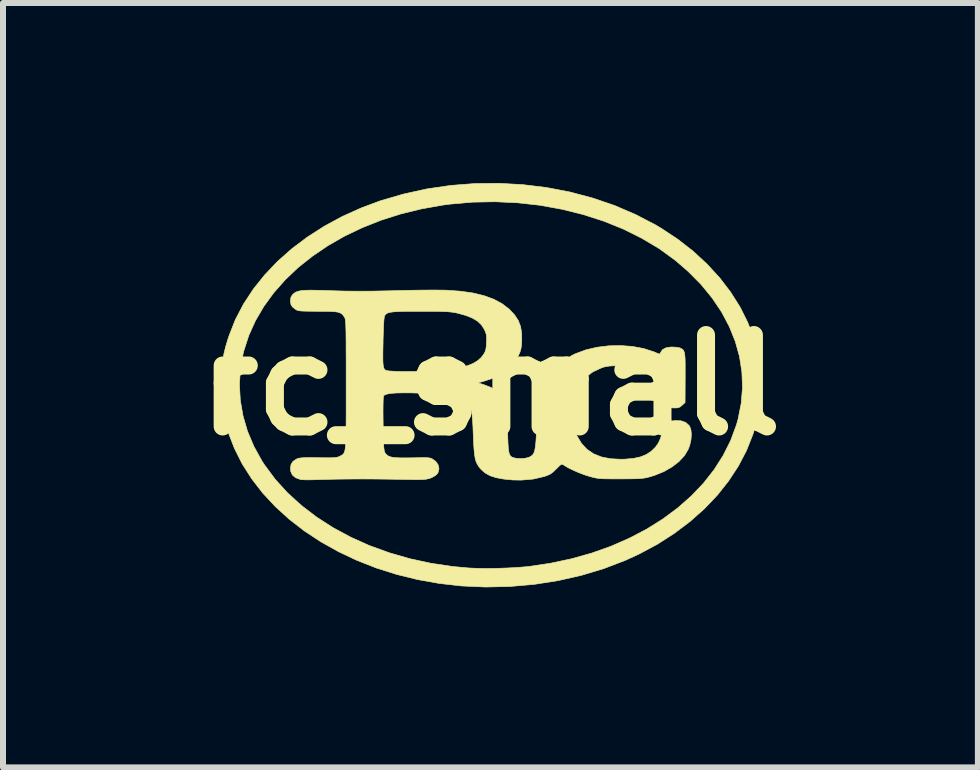
<source format=kicad_pcb>
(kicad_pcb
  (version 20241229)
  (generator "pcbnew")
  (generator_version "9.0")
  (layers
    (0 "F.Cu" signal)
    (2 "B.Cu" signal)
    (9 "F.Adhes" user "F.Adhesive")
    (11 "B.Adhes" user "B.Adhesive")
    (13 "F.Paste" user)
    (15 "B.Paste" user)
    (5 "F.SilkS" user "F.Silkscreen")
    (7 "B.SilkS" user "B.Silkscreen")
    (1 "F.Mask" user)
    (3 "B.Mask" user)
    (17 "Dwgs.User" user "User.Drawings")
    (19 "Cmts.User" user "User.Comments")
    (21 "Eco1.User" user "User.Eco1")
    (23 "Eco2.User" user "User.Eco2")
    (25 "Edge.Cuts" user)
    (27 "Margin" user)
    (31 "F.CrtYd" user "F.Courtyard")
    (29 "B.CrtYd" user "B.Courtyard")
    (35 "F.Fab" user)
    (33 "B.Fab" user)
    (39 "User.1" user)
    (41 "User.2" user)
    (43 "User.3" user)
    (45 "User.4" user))
  (footprint "rc_small"
    (layer "F.Cu")
    (at 5.124 3.368)
    (property "Reference" "rc_small" (at 0 0 0) (layer "F.SilkS") (effects (font (size 1.524 1.524) (thickness 0.3))))
    (attr through_hole)
    (fp_poly (pts (xy 0.538 -3.341) (xy 0.933 -3.293) (xy 1.321 -3.219) (xy 1.699 -3.119) (xy 2.066 -2.994) (xy 2.418 -2.843) (xy 2.754 -2.668) (xy 2.848 -2.612) (xy 3.123 -2.43) (xy 3.378 -2.231) (xy 3.61 -2.016) (xy 3.819 -1.789) (xy 4.002 -1.55) (xy 4.159 -1.302) (xy 4.287 -1.046) (xy 4.372 -0.826) (xy 4.415 -0.69) (xy 4.447 -0.57) (xy 4.471 -0.458) (xy 4.486 -0.344) (xy 4.495 -0.22) (xy 4.498 -0.077) (xy 4.499 0) (xy 4.497 0.156) (xy 4.49 0.29) (xy 4.478 0.409) (xy 4.458 0.522) (xy 4.429 0.638) (xy 4.391 0.766) (xy 4.372 0.825) (xy 4.267 1.09) (xy 4.132 1.348) (xy 3.969 1.597) (xy 3.78 1.835) (xy 3.565 2.061) (xy 3.326 2.273) (xy 3.065 2.47) (xy 2.783 2.651) (xy 2.481 2.813) (xy 2.246 2.921) (xy 1.888 3.058) (xy 1.513 3.171) (xy 1.124 3.259) (xy 0.726 3.321) (xy 0.322 3.356) (xy -0.083 3.365) (xy -0.484 3.347) (xy -0.854 3.305) (xy -1.214 3.241) (xy -1.564 3.155) (xy -1.902 3.048) (xy -2.226 2.921) (xy -2.534 2.775) (xy -2.826 2.612) (xy -3.099 2.432) (xy -3.353 2.236) (xy -3.585 2.025) (xy -3.794 1.801) (xy -3.978 1.563) (xy -4.137 1.314) (xy -4.267 1.055) (xy -4.356 0.825) (xy -4.399 0.689) (xy -4.431 0.57) (xy -4.455 0.457) (xy -4.47 0.342) (xy -4.479 0.217) (xy -4.483 0.073) (xy -4.483 0) (xy -4.483 -0.01) (xy -4.184 -0.01) (xy -4.169 0.253) (xy -4.124 0.513) (xy -4.049 0.77) (xy -3.943 1.021) (xy -3.808 1.265) (xy -3.767 1.328) (xy -3.589 1.568) (xy -3.384 1.794) (xy -3.153 2.004) (xy -2.9 2.198) (xy -2.625 2.375) (xy -2.33 2.534) (xy -2.018 2.674) (xy -1.69 2.793) (xy -1.348 2.892) (xy -0.994 2.969) (xy -0.63 3.023) (xy -0.357 3.048) (xy -0.222 3.054) (xy -0.066 3.056) (xy 0.103 3.054) (xy 0.274 3.048) (xy 0.437 3.04) (xy 0.583 3.028) (xy 0.635 3.023) (xy 1 2.969) (xy 1.351 2.894) (xy 1.689 2.799) (xy 2.012 2.684) (xy 2.317 2.55) (xy 2.605 2.399) (xy 2.873 2.231) (xy 3.121 2.047) (xy 3.347 1.848) (xy 3.549 1.636) (xy 3.727 1.41) (xy 3.878 1.172) (xy 4.003 0.923) (xy 4.099 0.664) (xy 4.127 0.564) (xy 4.179 0.302) (xy 4.2 0.041) (xy 4.19 -0.219) (xy 4.15 -0.476) (xy 4.08 -0.728) (xy 3.98 -0.976) (xy 3.852 -1.218) (xy 3.694 -1.452) (xy 3.509 -1.678) (xy 3.296 -1.893) (xy 3.08 -2.08) (xy 2.813 -2.274) (xy 2.523 -2.447) (xy 2.214 -2.601) (xy 1.886 -2.733) (xy 1.544 -2.843) (xy 1.19 -2.931) (xy 0.826 -2.997) (xy 0.455 -3.038) (xy 0.079 -3.056) (xy -0.299 -3.049) (xy -0.676 -3.016) (xy -0.802 -2.999) (xy -1.155 -2.936) (xy -1.497 -2.852) (xy -1.824 -2.748) (xy -2.136 -2.624) (xy -2.432 -2.483) (xy -2.709 -2.324) (xy -2.967 -2.149) (xy -3.205 -1.96) (xy -3.42 -1.756) (xy -3.611 -1.54) (xy -3.777 -1.312) (xy -3.917 -1.073) (xy -4.029 -0.824) (xy -4.112 -0.567) (xy -4.12 -0.535) (xy -4.167 -0.273) (xy -4.184 -0.01) (xy -4.483 -0.01) (xy -4.481 -0.156) (xy -4.475 -0.288) (xy -4.462 -0.406) (xy -4.443 -0.519) (xy -4.415 -0.635) (xy -4.377 -0.762) (xy -4.356 -0.825) (xy -4.251 -1.092) (xy -4.116 -1.35) (xy -3.953 -1.599) (xy -3.763 -1.836) (xy -3.548 -2.062) (xy -3.31 -2.273) (xy -3.049 -2.469) (xy -2.768 -2.649) (xy -2.467 -2.812) (xy -2.148 -2.955) (xy -1.834 -3.072) (xy -1.45 -3.184) (xy -1.059 -3.27) (xy -0.662 -3.328) (xy -0.261 -3.359) (xy 0.14 -3.363) (xy 0.538 -3.341)) (stroke (width 0.01) (type solid)) (fill yes) (layer "F.SilkS"))
    (fp_poly (pts (xy -0.8 -1.583) (xy -0.738 -1.582) (xy -0.501 -1.565) (xy -0.29 -1.535) (xy -0.106 -1.49) (xy 0.055 -1.431) (xy 0.193 -1.357) (xy 0.309 -1.268) (xy 0.399 -1.174) (xy 0.462 -1.079) (xy 0.502 -0.976) (xy 0.52 -0.859) (xy 0.521 -0.738) (xy 0.516 -0.661) (xy 0.507 -0.602) (xy 0.492 -0.551) (xy 0.467 -0.495) (xy 0.464 -0.488) (xy 0.389 -0.371) (xy 0.287 -0.267) (xy 0.162 -0.178) (xy 0.017 -0.107) (xy -0.1 -0.068) (xy -0.208 -0.038) (xy -0.116 -0.009) (xy 0.008 0.039) (xy 0.105 0.1) (xy 0.18 0.175) (xy 0.237 0.27) (xy 0.241 0.278) (xy 0.252 0.305) (xy 0.261 0.333) (xy 0.268 0.367) (xy 0.273 0.411) (xy 0.277 0.469) (xy 0.28 0.546) (xy 0.283 0.648) (xy 0.285 0.738) (xy 0.288 0.868) (xy 0.292 0.97) (xy 0.297 1.048) (xy 0.304 1.105) (xy 0.314 1.146) (xy 0.327 1.173) (xy 0.344 1.191) (xy 0.366 1.204) (xy 0.378 1.209) (xy 0.436 1.221) (xy 0.507 1.225) (xy 0.579 1.219) (xy 0.637 1.205) (xy 0.648 1.2) (xy 0.676 1.185) (xy 0.698 1.168) (xy 0.716 1.145) (xy 0.73 1.115) (xy 0.741 1.072) (xy 0.75 1.014) (xy 0.758 0.938) (xy 0.764 0.839) (xy 0.771 0.715) (xy 0.778 0.579) (xy 0.784 0.459) (xy 0.792 0.351) (xy 0.802 0.26) (xy 0.811 0.193) (xy 0.817 0.167) (xy 0.876 0.002) (xy 0.963 -0.149) (xy 1.075 -0.285) (xy 1.21 -0.402) (xy 1.366 -0.499) (xy 1.418 -0.524) (xy 1.589 -0.587) (xy 1.776 -0.631) (xy 1.973 -0.655) (xy 2.173 -0.659) (xy 2.369 -0.644) (xy 2.555 -0.609) (xy 2.725 -0.554) (xy 2.751 -0.543) (xy 2.795 -0.524) (xy 2.817 -0.519) (xy 2.828 -0.526) (xy 2.834 -0.541) (xy 2.866 -0.59) (xy 2.923 -0.621) (xy 3.006 -0.635) (xy 3.027 -0.635) (xy 3.087 -0.632) (xy 3.137 -0.625) (xy 3.164 -0.617) (xy 3.188 -0.604) (xy 3.207 -0.59) (xy 3.221 -0.571) (xy 3.231 -0.543) (xy 3.238 -0.502) (xy 3.243 -0.446) (xy 3.245 -0.369) (xy 3.245 -0.268) (xy 3.245 -0.14) (xy 3.245 -0.124) (xy 3.243 0.291) (xy 3.191 0.338) (xy 3.163 0.361) (xy 3.137 0.374) (xy 3.105 0.38) (xy 3.055 0.38) (xy 3.014 0.379) (xy 2.949 0.374) (xy 2.906 0.367) (xy 2.876 0.355) (xy 2.851 0.334) (xy 2.847 0.33) (xy 2.827 0.307) (xy 2.813 0.28) (xy 2.803 0.242) (xy 2.794 0.184) (xy 2.786 0.121) (xy 2.771 0.017) (xy 2.749 -0.061) (xy 2.717 -0.123) (xy 2.671 -0.173) (xy 2.609 -0.22) (xy 2.538 -0.262) (xy 2.465 -0.292) (xy 2.384 -0.311) (xy 2.288 -0.321) (xy 2.168 -0.324) (xy 2.151 -0.324) (xy 2.057 -0.322) (xy 1.986 -0.318) (xy 1.93 -0.31) (xy 1.882 -0.299) (xy 1.851 -0.288) (xy 1.707 -0.221) (xy 1.587 -0.133) (xy 1.492 -0.026) (xy 1.422 0.1) (xy 1.377 0.245) (xy 1.367 0.312) (xy 1.358 0.49) (xy 1.376 0.653) (xy 1.423 0.805) (xy 1.445 0.852) (xy 1.518 0.973) (xy 1.609 1.071) (xy 1.719 1.145) (xy 1.848 1.197) (xy 1.999 1.227) (xy 2.172 1.236) (xy 2.246 1.234) (xy 2.386 1.221) (xy 2.501 1.196) (xy 2.597 1.157) (xy 2.677 1.104) (xy 2.689 1.094) (xy 2.75 1.034) (xy 2.795 0.971) (xy 2.83 0.896) (xy 2.86 0.801) (xy 2.863 0.791) (xy 2.889 0.709) (xy 2.919 0.653) (xy 2.958 0.618) (xy 3.012 0.599) (xy 3.076 0.591) (xy 3.175 0.595) (xy 3.253 0.622) (xy 3.31 0.673) (xy 3.319 0.686) (xy 3.341 0.745) (xy 3.348 0.824) (xy 3.341 0.913) (xy 3.32 1.005) (xy 3.296 1.069) (xy 3.233 1.175) (xy 3.141 1.274) (xy 3.026 1.363) (xy 2.89 1.441) (xy 2.737 1.503) (xy 2.659 1.527) (xy 2.614 1.539) (xy 2.571 1.548) (xy 2.524 1.554) (xy 2.468 1.558) (xy 2.398 1.561) (xy 2.307 1.562) (xy 2.191 1.563) (xy 2.167 1.563) (xy 2.049 1.563) (xy 1.956 1.562) (xy 1.885 1.561) (xy 1.828 1.557) (xy 1.781 1.552) (xy 1.738 1.544) (xy 1.693 1.533) (xy 1.648 1.521) (xy 1.561 1.493) (xy 1.467 1.457) (xy 1.374 1.416) (xy 1.292 1.376) (xy 1.229 1.338) (xy 1.216 1.329) (xy 1.199 1.32) (xy 1.181 1.321) (xy 1.157 1.338) (xy 1.121 1.373) (xy 1.096 1.398) (xy 1.042 1.449) (xy 0.996 1.483) (xy 0.943 1.507) (xy 0.896 1.523) (xy 0.711 1.566) (xy 0.513 1.583) (xy 0.374 1.581) (xy 0.222 1.566) (xy 0.096 1.543) (xy -0.006 1.51) (xy -0.088 1.465) (xy -0.154 1.407) (xy -0.164 1.396) (xy -0.196 1.356) (xy -0.221 1.316) (xy -0.241 1.272) (xy -0.255 1.219) (xy -0.266 1.153) (xy -0.274 1.068) (xy -0.281 0.961) (xy -0.286 0.827) (xy -0.287 0.823) (xy -0.292 0.692) (xy -0.298 0.588) (xy -0.305 0.508) (xy -0.315 0.445) (xy -0.328 0.397) (xy -0.345 0.359) (xy -0.367 0.326) (xy -0.394 0.296) (xy -0.435 0.258) (xy -0.48 0.23) (xy -0.538 0.208) (xy -0.618 0.187) (xy -0.628 0.185) (xy -0.708 0.171) (xy -0.811 0.158) (xy -0.932 0.148) (xy -1.063 0.139) (xy -1.199 0.133) (xy -1.332 0.129) (xy -1.457 0.129) (xy -1.566 0.131) (xy -1.654 0.137) (xy -1.688 0.142) (xy -1.737 0.153) (xy -1.772 0.169) (xy -1.781 0.176) (xy -1.785 0.199) (xy -1.788 0.25) (xy -1.79 0.328) (xy -1.791 0.43) (xy -1.79 0.552) (xy -1.789 0.644) (xy -1.787 0.777) (xy -1.785 0.883) (xy -1.782 0.964) (xy -1.779 1.025) (xy -1.774 1.068) (xy -1.769 1.098) (xy -1.762 1.119) (xy -1.756 1.13) (xy -1.735 1.157) (xy -1.71 1.177) (xy -1.676 1.193) (xy -1.63 1.204) (xy -1.569 1.21) (xy -1.488 1.213) (xy -1.385 1.213) (xy -1.255 1.211) (xy -1.18 1.209) (xy -1.096 1.208) (xy -1.036 1.211) (xy -0.994 1.219) (xy -0.971 1.229) (xy -0.91 1.274) (xy -0.872 1.33) (xy -0.858 1.392) (xy -0.872 1.453) (xy -0.889 1.481) (xy -0.923 1.51) (xy -0.973 1.538) (xy -1.004 1.551) (xy -1.035 1.56) (xy -1.067 1.567) (xy -1.106 1.572) (xy -1.157 1.574) (xy -1.224 1.575) (xy -1.313 1.574) (xy -1.428 1.572) (xy -1.445 1.572) (xy -1.673 1.568) (xy -1.903 1.565) (xy -2.129 1.564) (xy -2.345 1.565) (xy -2.544 1.567) (xy -2.722 1.571) (xy -2.842 1.574) (xy -2.936 1.577) (xy -3.022 1.579) (xy -3.094 1.578) (xy -3.145 1.576) (xy -3.167 1.573) (xy -3.248 1.543) (xy -3.302 1.498) (xy -3.329 1.437) (xy -3.334 1.389) (xy -3.323 1.32) (xy -3.289 1.269) (xy -3.231 1.232) (xy -3.207 1.222) (xy -3.177 1.216) (xy -3.135 1.211) (xy -3.078 1.209) (xy -3 1.208) (xy -2.896 1.209) (xy -2.87 1.21) (xy -2.761 1.211) (xy -2.679 1.211) (xy -2.62 1.21) (xy -2.577 1.206) (xy -2.546 1.2) (xy -2.523 1.192) (xy -2.512 1.186) (xy -2.492 1.176) (xy -2.474 1.166) (xy -2.459 1.155) (xy -2.446 1.141) (xy -2.436 1.121) (xy -2.427 1.092) (xy -2.42 1.054) (xy -2.415 1.003) (xy -2.411 0.937) (xy -2.408 0.855) (xy -2.407 0.753) (xy -2.406 0.629) (xy -2.405 0.482) (xy -2.405 0.308) (xy -2.405 0.107) (xy -2.405 -0.008) (xy -2.405 -0.22) (xy -2.405 -0.403) (xy -2.405 -0.469) (xy -1.794 -0.469) (xy -1.793 -0.39) (xy -1.788 -0.331) (xy -1.78 -0.29) (xy -1.767 -0.264) (xy -1.748 -0.248) (xy -1.722 -0.24) (xy -1.688 -0.236) (xy -1.667 -0.234) (xy -1.566 -0.228) (xy -1.442 -0.226) (xy -1.301 -0.226) (xy -1.15 -0.23) (xy -0.998 -0.237) (xy -0.984 -0.238) (xy -0.794 -0.252) (xy -0.633 -0.271) (xy -0.498 -0.294) (xy -0.386 -0.323) (xy -0.294 -0.359) (xy -0.219 -0.403) (xy -0.159 -0.455) (xy -0.114 -0.512) (xy -0.092 -0.551) (xy -0.078 -0.591) (xy -0.07 -0.643) (xy -0.066 -0.71) (xy -0.064 -0.78) (xy -0.067 -0.83) (xy -0.078 -0.872) (xy -0.097 -0.917) (xy -0.102 -0.928) (xy -0.149 -1.002) (xy -0.213 -1.064) (xy -0.299 -1.116) (xy -0.408 -1.16) (xy -0.545 -1.198) (xy -0.571 -1.204) (xy -0.613 -1.212) (xy -0.66 -1.218) (xy -0.717 -1.223) (xy -0.788 -1.226) (xy -0.877 -1.229) (xy -0.989 -1.23) (xy -1.127 -1.23) (xy -1.167 -1.23) (xy -1.316 -1.23) (xy -1.436 -1.229) (xy -1.532 -1.226) (xy -1.606 -1.222) (xy -1.661 -1.215) (xy -1.701 -1.206) (xy -1.729 -1.194) (xy -1.748 -1.178) (xy -1.762 -1.159) (xy -1.765 -1.153) (xy -1.771 -1.126) (xy -1.777 -1.069) (xy -1.782 -0.985) (xy -1.786 -0.876) (xy -1.79 -0.745) (xy -1.79 -0.707) (xy -1.793 -0.574) (xy -1.794 -0.469) (xy -2.405 -0.469) (xy -2.406 -0.559) (xy -2.406 -0.69) (xy -2.407 -0.798) (xy -2.408 -0.886) (xy -2.41 -0.957) (xy -2.412 -1.011) (xy -2.415 -1.052) (xy -2.418 -1.082) (xy -2.422 -1.104) (xy -2.426 -1.119) (xy -2.432 -1.129) (xy -2.433 -1.132) (xy -2.455 -1.163) (xy -2.478 -1.187) (xy -2.506 -1.204) (xy -2.543 -1.216) (xy -2.595 -1.224) (xy -2.665 -1.228) (xy -2.759 -1.23) (xy -2.873 -1.23) (xy -2.985 -1.231) (xy -3.069 -1.232) (xy -3.131 -1.234) (xy -3.175 -1.237) (xy -3.206 -1.243) (xy -3.228 -1.25) (xy -3.247 -1.261) (xy -3.247 -1.261) (xy -3.297 -1.3) (xy -3.324 -1.34) (xy -3.333 -1.393) (xy -3.333 -1.407) (xy -3.326 -1.462) (xy -3.301 -1.505) (xy -3.293 -1.512) (xy -3.268 -1.534) (xy -3.24 -1.551) (xy -3.203 -1.564) (xy -3.156 -1.574) (xy -3.094 -1.579) (xy -3.015 -1.582) (xy -2.914 -1.581) (xy -2.788 -1.578) (xy -2.647 -1.573) (xy -2.431 -1.567) (xy -2.208 -1.565) (xy -1.97 -1.566) (xy -1.709 -1.571) (xy -1.585 -1.574) (xy -1.437 -1.578) (xy -1.289 -1.581) (xy -1.145 -1.583) (xy -1.012 -1.584) (xy -0.895 -1.584) (xy -0.8 -1.583)) (stroke (width 0.01) (type solid)) (fill yes) (layer "F.SilkS")))
  (gr_rect
    (start -3 -3)
    (end 13.247 9.739)
    (stroke (width 0.1) (type default))
    (fill no)
    (layer "Edge.Cuts")))
</source>
